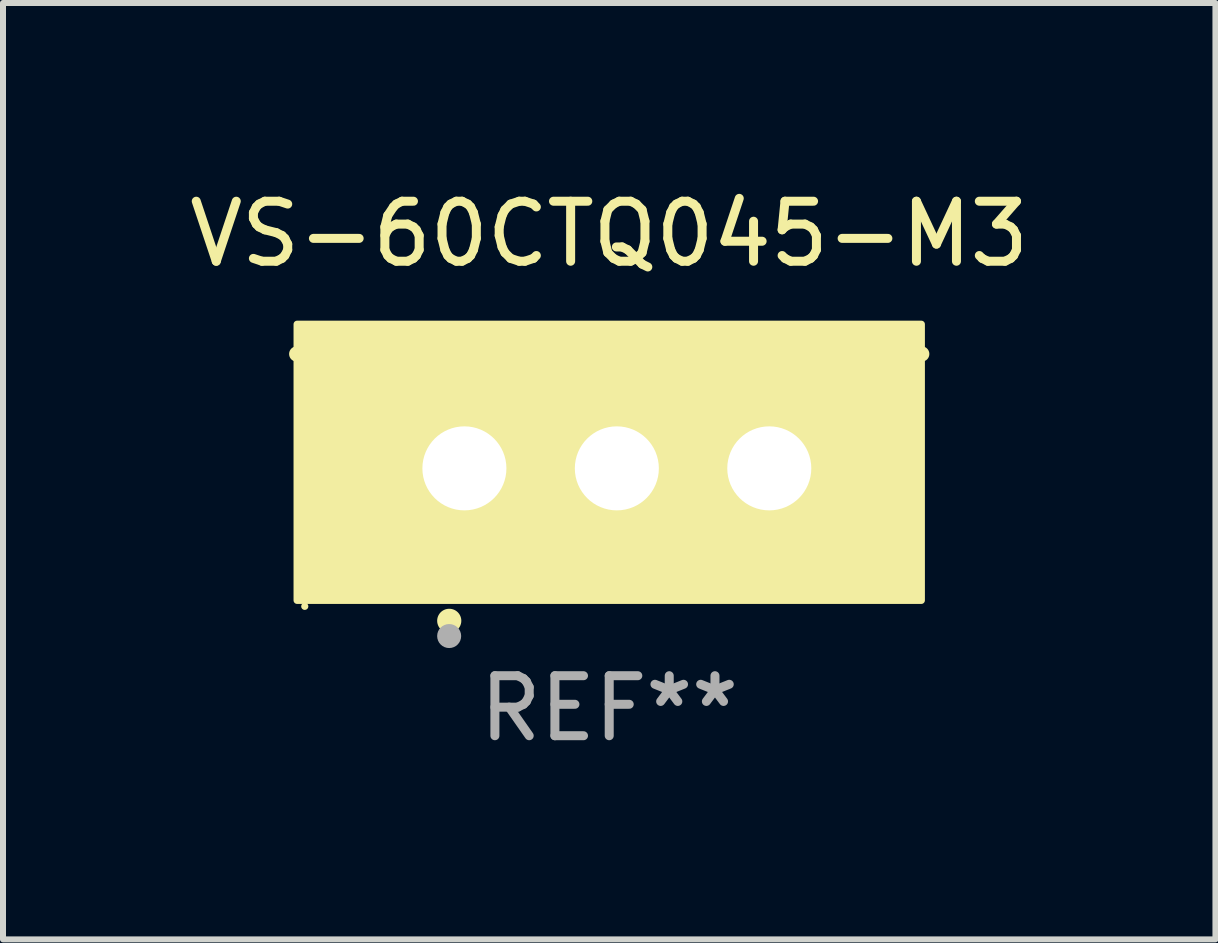
<source format=kicad_pcb>
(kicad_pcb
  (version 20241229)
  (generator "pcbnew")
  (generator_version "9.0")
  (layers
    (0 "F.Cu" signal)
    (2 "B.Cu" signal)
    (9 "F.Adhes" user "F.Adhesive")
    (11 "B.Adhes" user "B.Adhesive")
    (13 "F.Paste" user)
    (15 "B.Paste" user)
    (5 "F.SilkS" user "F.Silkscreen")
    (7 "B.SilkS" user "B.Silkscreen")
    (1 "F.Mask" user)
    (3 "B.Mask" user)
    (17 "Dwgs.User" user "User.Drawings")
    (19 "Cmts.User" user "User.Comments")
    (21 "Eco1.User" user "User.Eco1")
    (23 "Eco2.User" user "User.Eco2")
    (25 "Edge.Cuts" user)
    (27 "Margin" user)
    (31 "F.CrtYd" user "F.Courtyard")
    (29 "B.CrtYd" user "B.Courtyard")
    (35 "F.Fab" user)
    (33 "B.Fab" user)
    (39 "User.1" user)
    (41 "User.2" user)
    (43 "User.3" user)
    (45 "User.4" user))
  (footprint "VS-60CTQ045-M3"
    (layer "F.Cu")
    (at 7.101 3.801)
    (property "Reference" "VS-60CTQ045-M3" (at 0 -2.953 0) (layer "F.SilkS") (effects (font (size 1 1) (thickness 0.15))))
    (attr through_hole)
    (fp_line (start 5.207 -0.953) (end -5.207 -0.953) (stroke (width 0.254) (type solid)) (layer "F.SilkS"))
    (fp_arc (start -2.66698 3.49252) (mid -2.66571 3.492516) (end -2.66444 3.49252) (stroke (width 0.4) (type solid)) (layer "F.SilkS"))
    (fp_circle (center -5.073 3.252) (end -5.043 3.252) (stroke (width 0.06) (type solid)) (fill no) (layer "F.SilkS"))
    (fp_poly (pts (xy -5.2 -1.448) (xy 5.2 -1.448) (xy 5.2 3.152) (xy -5.2 3.152)) (stroke (width 0.12) (type solid)) (fill yes) (layer "F.SilkS"))
    (fp_circle (center -2.667 3.747) (end -2.567 3.747) (stroke (width 0.2) (type solid)) (fill no) (layer "F.Fab"))
    (fp_text user "REF**" (at 0 4.953 0) (layer "F.Fab") (effects (font (size 1 1) (thickness 0.15))))
    (pad "1" thru_hole rect (at -2.413 0.953) (size 2 2.5) (drill 1.4) (layers "*.Cu" "*.Mask"))
    (pad "2" thru_hole oval (at 0.127 0.953) (size 2 2.5) (drill 1.4) (layers "*.Cu" "*.Mask"))
    (pad "3" thru_hole oval (at 2.667 0.953) (size 2 2.5) (drill 1.4) (layers "*.Cu" "*.Mask")))
  (gr_rect
    (start -3 -3)
    (end 17.202 12.602)
    (stroke (width 0.1) (type default))
    (fill no)
    (layer "Edge.Cuts")))
</source>
